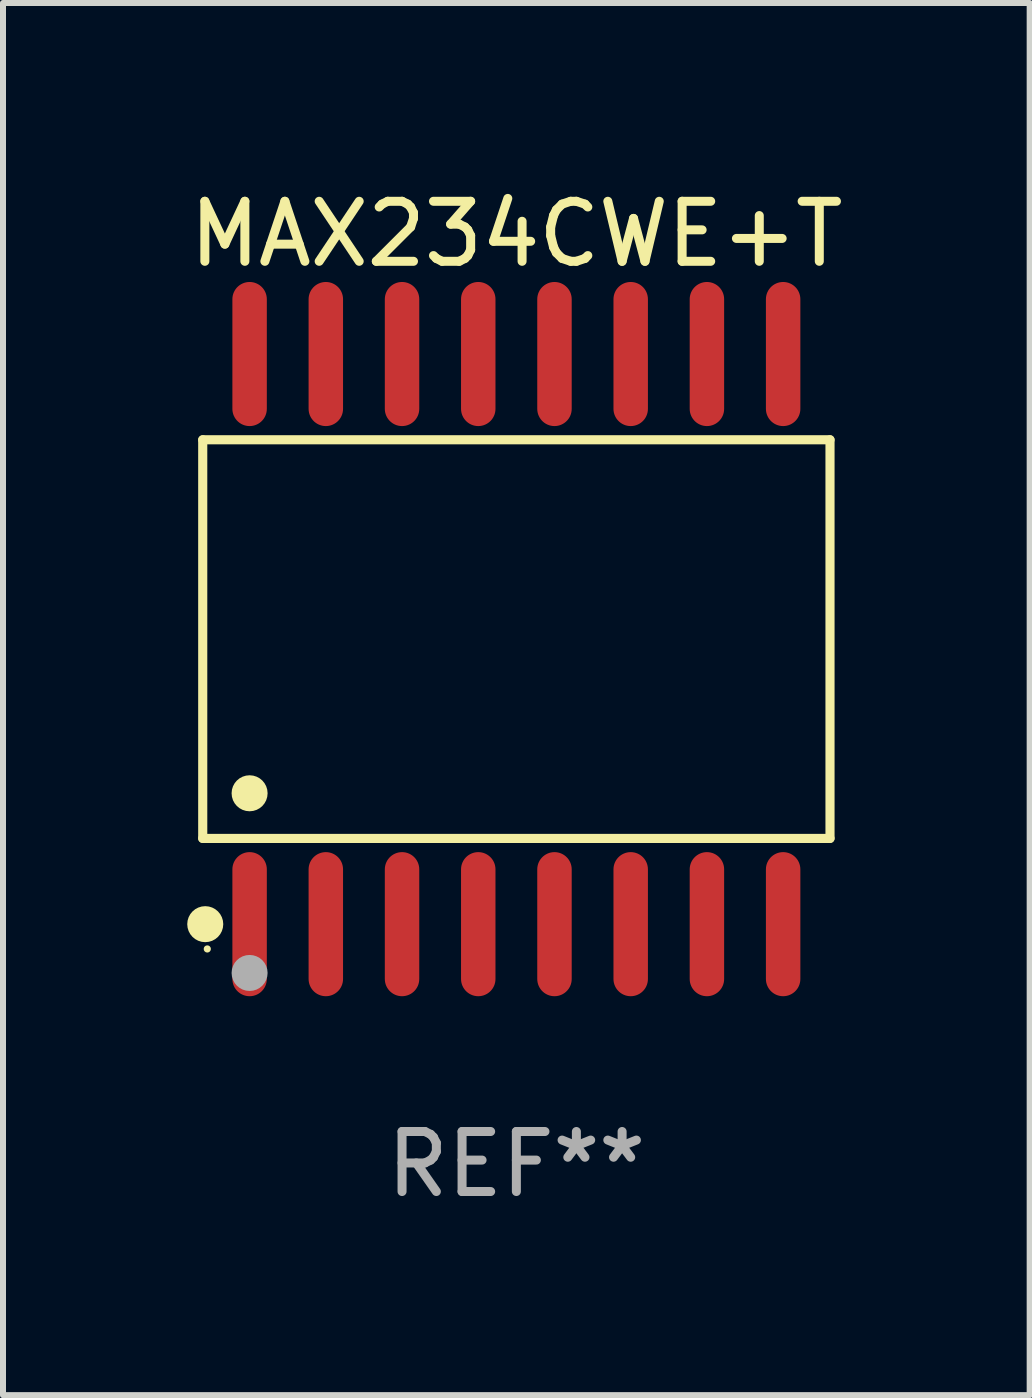
<source format=kicad_pcb>
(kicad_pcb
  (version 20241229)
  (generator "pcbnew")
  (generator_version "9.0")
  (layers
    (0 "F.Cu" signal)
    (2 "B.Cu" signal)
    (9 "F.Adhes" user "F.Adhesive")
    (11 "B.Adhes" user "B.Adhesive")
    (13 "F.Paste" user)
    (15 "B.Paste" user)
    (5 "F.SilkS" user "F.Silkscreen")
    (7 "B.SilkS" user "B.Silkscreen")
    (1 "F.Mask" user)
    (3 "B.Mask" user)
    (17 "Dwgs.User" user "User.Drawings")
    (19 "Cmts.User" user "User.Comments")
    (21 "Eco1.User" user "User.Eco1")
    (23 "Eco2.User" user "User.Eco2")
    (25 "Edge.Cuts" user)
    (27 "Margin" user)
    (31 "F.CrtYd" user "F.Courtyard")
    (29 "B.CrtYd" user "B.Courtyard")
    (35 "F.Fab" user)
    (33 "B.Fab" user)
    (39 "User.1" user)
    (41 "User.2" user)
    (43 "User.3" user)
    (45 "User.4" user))
  (footprint "MAX234CWE+T"
    (layer "F.Cu")
    (at 5.554 7.599)
    (property "Reference" "MAX234CWE+T" (at 0 -6.75 0) (layer "F.SilkS") (effects (font (size 1 1) (thickness 0.15))))
    (attr through_hole)
    (fp_line (start -5.226 -3.321) (end 5.226 -3.321) (stroke (width 0.152) (type solid)) (layer "F.SilkS"))
    (fp_line (start -5.226 3.321) (end -5.226 -3.321) (stroke (width 0.152) (type solid)) (layer "F.SilkS"))
    (fp_line (start 5.226 -3.321) (end 5.226 3.321) (stroke (width 0.152) (type solid)) (layer "F.SilkS"))
    (fp_line (start 5.226 3.321) (end -5.226 3.321) (stroke (width 0.152) (type solid)) (layer "F.SilkS"))
    (fp_circle (center -5.184 4.75) (end -5.034 4.75) (stroke (width 0.3) (type solid)) (fill no) (layer "F.SilkS"))
    (fp_circle (center -5.15 5.163) (end -5.12 5.163) (stroke (width 0.06) (type solid)) (fill no) (layer "F.SilkS"))
    (fp_circle (center -4.445 2.569) (end -4.295 2.569) (stroke (width 0.3) (type solid)) (fill no) (layer "F.SilkS"))
    (fp_circle (center -4.445 5.563) (end -4.295 5.563) (stroke (width 0.3) (type solid)) (fill no) (layer "F.Fab"))
    (fp_text user "REF**" (at 0 8.75 0) (layer "F.Fab") (effects (font (size 1 1) (thickness 0.15))))
    (pad "1" smd oval (at -4.445 4.75) (size 0.574 2.401) (layers "F.Cu" "F.Mask" "F.Paste"))
    (pad "2" smd oval (at -3.175 4.75) (size 0.574 2.401) (layers "F.Cu" "F.Mask" "F.Paste"))
    (pad "3" smd oval (at -1.905 4.75) (size 0.574 2.401) (layers "F.Cu" "F.Mask" "F.Paste"))
    (pad "4" smd oval (at -0.635 4.75) (size 0.574 2.401) (layers "F.Cu" "F.Mask" "F.Paste"))
    (pad "5" smd oval (at 0.635 4.75) (size 0.574 2.401) (layers "F.Cu" "F.Mask" "F.Paste"))
    (pad "6" smd oval (at 1.905 4.75) (size 0.574 2.401) (layers "F.Cu" "F.Mask" "F.Paste"))
    (pad "7" smd oval (at 3.175 4.75) (size 0.574 2.401) (layers "F.Cu" "F.Mask" "F.Paste"))
    (pad "8" smd oval (at 4.445 4.75) (size 0.574 2.401) (layers "F.Cu" "F.Mask" "F.Paste"))
    (pad "9" smd oval (at 4.445 -4.75) (size 0.574 2.401) (layers "F.Cu" "F.Mask" "F.Paste"))
    (pad "10" smd oval (at 3.175 -4.75) (size 0.574 2.401) (layers "F.Cu" "F.Mask" "F.Paste"))
    (pad "11" smd oval (at 1.905 -4.75) (size 0.574 2.401) (layers "F.Cu" "F.Mask" "F.Paste"))
    (pad "12" smd oval (at 0.635 -4.75) (size 0.574 2.401) (layers "F.Cu" "F.Mask" "F.Paste"))
    (pad "13" smd oval (at -0.635 -4.75) (size 0.574 2.401) (layers "F.Cu" "F.Mask" "F.Paste"))
    (pad "14" smd oval (at -1.905 -4.75) (size 0.574 2.401) (layers "F.Cu" "F.Mask" "F.Paste"))
    (pad "15" smd oval (at -3.175 -4.75) (size 0.574 2.401) (layers "F.Cu" "F.Mask" "F.Paste"))
    (pad "16" smd oval (at -4.445 -4.75) (size 0.574 2.401) (layers "F.Cu" "F.Mask" "F.Paste")))
  (gr_rect
    (start -3 -3)
    (end 14.107 20.197)
    (stroke (width 0.1) (type default))
    (fill no)
    (layer "Edge.Cuts")))
</source>
